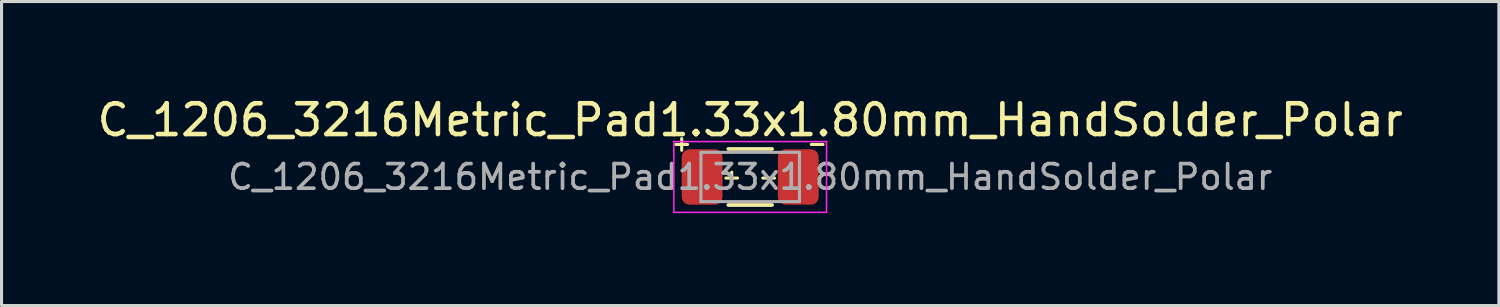
<source format=kicad_pcb>
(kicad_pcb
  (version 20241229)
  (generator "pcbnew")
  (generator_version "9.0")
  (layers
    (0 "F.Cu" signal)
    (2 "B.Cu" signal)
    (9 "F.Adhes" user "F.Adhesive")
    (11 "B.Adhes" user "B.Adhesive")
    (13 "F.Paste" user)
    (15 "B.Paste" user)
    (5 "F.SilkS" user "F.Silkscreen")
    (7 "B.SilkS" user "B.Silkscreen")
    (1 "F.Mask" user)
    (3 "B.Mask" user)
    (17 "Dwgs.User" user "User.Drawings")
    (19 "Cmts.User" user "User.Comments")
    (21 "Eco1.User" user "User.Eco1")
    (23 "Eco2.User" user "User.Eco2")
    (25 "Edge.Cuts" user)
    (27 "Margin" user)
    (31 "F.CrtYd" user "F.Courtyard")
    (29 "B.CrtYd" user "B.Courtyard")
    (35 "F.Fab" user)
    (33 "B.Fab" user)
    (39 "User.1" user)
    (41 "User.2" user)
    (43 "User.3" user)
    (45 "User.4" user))
  (footprint "C_1206_3216Metric_Pad1.33x1.80mm_HandSolder_Polar"
    (layer "F.Cu")
    (at 21.315 2.698)
    (property "Reference" "C_1206_3216Metric_Pad1.33x1.80mm_HandSolder_Polar" (at 0 -1.85 0) (layer "F.SilkS") (effects (font (size 1 1) (thickness 0.15))))
    (attr smd)
    (fp_line (start -0.711 -0.91) (end 0.711 -0.91) (stroke (width 0.12) (type solid)) (layer "F.SilkS"))
    (fp_line (start -0.711 0.91) (end 0.711 0.91) (stroke (width 0.12) (type solid)) (layer "F.SilkS"))
    (fp_line (start -2.48 -1.15) (end 2.48 -1.15) (stroke (width 0.05) (type solid)) (layer "F.CrtYd"))
    (fp_line (start -2.48 1.15) (end -2.48 -1.15) (stroke (width 0.05) (type solid)) (layer "F.CrtYd"))
    (fp_line (start 2.48 -1.15) (end 2.48 1.15) (stroke (width 0.05) (type solid)) (layer "F.CrtYd"))
    (fp_line (start 2.48 1.15) (end -2.48 1.15) (stroke (width 0.05) (type solid)) (layer "F.CrtYd"))
    (fp_line (start -1.6 -0.8) (end 1.6 -0.8) (stroke (width 0.1) (type solid)) (layer "F.Fab"))
    (fp_line (start -1.6 0.8) (end -1.6 -0.8) (stroke (width 0.1) (type solid)) (layer "F.Fab"))
    (fp_line (start 1.6 -0.8) (end 1.6 0.8) (stroke (width 0.1) (type solid)) (layer "F.Fab"))
    (fp_line (start 1.6 0.8) (end -1.6 0.8) (stroke (width 0.1) (type solid)) (layer "F.Fab"))
    (fp_text user "+" (at -0.6 0 0) (unlocked yes) (layer "F.SilkS") (effects (font (size 0.5 0.5) (thickness 0.1))))
    (fp_text user "-" (at 0.6 0 0) (unlocked yes) (layer "F.SilkS") (effects (font (size 0.5 0.5) (thickness 0.1))))
    (fp_text user "+" (at -2.6 -0.8 0) (unlocked yes) (layer "F.SilkS") (effects (font (size 0.5 0.5) (thickness 0.1)) (justify left bottom)))
    (fp_text user "-" (at 1.8 -0.8 0) (unlocked yes) (layer "F.SilkS") (effects (font (size 0.5 0.5) (thickness 0.1)) (justify left bottom)))
    (fp_text user "${REFERENCE}" (at 0 0 0) (layer "F.Fab") (effects (font (size 0.8 0.8) (thickness 0.12))))
    (pad "1" smd roundrect (at -1.562 0) (size 1.325 1.8) (layers "F.Cu" "F.Mask" "F.Paste") (roundrect_rratio 0.189))
    (pad "2" smd roundrect (at 1.562 0) (size 1.325 1.8) (layers "F.Cu" "F.Mask" "F.Paste") (roundrect_rratio 0.189)))
  (gr_rect
    (start -3 -3)
    (end 45.631 6.873)
    (stroke (width 0.1) (type default))
    (fill no)
    (layer "Edge.Cuts")))
</source>
